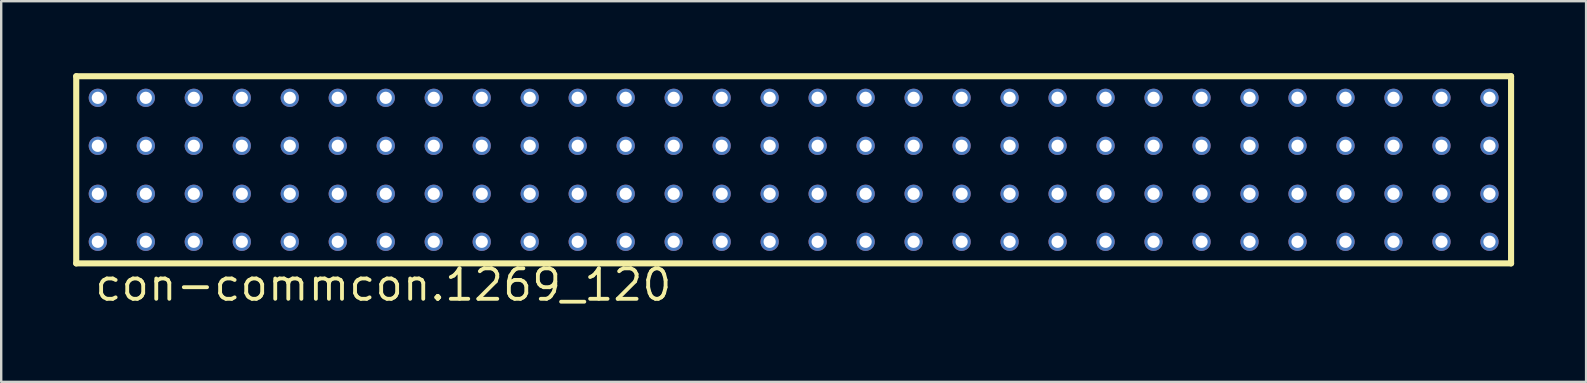
<source format=kicad_pcb>
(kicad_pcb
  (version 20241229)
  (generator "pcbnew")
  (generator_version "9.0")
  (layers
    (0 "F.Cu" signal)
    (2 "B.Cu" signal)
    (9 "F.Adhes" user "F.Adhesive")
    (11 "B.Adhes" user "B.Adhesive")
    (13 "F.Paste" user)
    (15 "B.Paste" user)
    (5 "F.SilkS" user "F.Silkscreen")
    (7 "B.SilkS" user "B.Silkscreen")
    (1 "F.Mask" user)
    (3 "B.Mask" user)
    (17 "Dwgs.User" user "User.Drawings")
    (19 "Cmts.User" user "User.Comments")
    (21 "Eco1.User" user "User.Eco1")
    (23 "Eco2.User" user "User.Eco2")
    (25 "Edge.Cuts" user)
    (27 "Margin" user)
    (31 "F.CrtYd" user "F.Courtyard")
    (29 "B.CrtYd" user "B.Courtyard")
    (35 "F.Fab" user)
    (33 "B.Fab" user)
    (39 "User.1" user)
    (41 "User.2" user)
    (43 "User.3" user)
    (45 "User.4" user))
  (footprint "con-commcon.1269_120"
    (layer "F.Cu")
    (at 30.027 4.027)
    (property "Reference" "con-commcon.1269_120" (at -29.21 5.54 0) (layer "F.SilkS") (effects (font (size 1.27 1.27) (thickness 0.16)) (justify left bottom)))
    (attr through_hole)
    (fp_line (start -29.9 -3.9) (end -29.9 3.9) (stroke (width 0.254) (type default)) (layer "F.SilkS"))
    (fp_line (start -29.9 3.9) (end 29.9 3.9) (stroke (width 0.254) (type default)) (layer "F.SilkS"))
    (fp_line (start 29.9 -3.9) (end -29.9 -3.9) (stroke (width 0.254) (type default)) (layer "F.SilkS"))
    (fp_line (start 29.9 3.9) (end 29.9 -3.9) (stroke (width 0.254) (type default)) (layer "F.SilkS"))
    (pad "A1" thru_hole circle (at -29 3) (size 0.762 0.762) (drill 0.508) (layers "*.Cu" "*.Mask"))
    (pad "A2" thru_hole circle (at -27 3) (size 0.762 0.762) (drill 0.508) (layers "*.Cu" "*.Mask"))
    (pad "A3" thru_hole circle (at -25 3) (size 0.762 0.762) (drill 0.508) (layers "*.Cu" "*.Mask"))
    (pad "A4" thru_hole circle (at -23 3) (size 0.762 0.762) (drill 0.508) (layers "*.Cu" "*.Mask"))
    (pad "A5" thru_hole circle (at -21 3) (size 0.762 0.762) (drill 0.508) (layers "*.Cu" "*.Mask"))
    (pad "A6" thru_hole circle (at -19 3) (size 0.762 0.762) (drill 0.508) (layers "*.Cu" "*.Mask"))
    (pad "A7" thru_hole circle (at -17 3) (size 0.762 0.762) (drill 0.508) (layers "*.Cu" "*.Mask"))
    (pad "A8" thru_hole circle (at -15 3) (size 0.762 0.762) (drill 0.508) (layers "*.Cu" "*.Mask"))
    (pad "A9" thru_hole circle (at -13 3) (size 0.762 0.762) (drill 0.508) (layers "*.Cu" "*.Mask"))
    (pad "A10" thru_hole circle (at -11 3) (size 0.762 0.762) (drill 0.508) (layers "*.Cu" "*.Mask"))
    (pad "A11" thru_hole circle (at -9 3) (size 0.762 0.762) (drill 0.508) (layers "*.Cu" "*.Mask"))
    (pad "A12" thru_hole circle (at -7 3) (size 0.762 0.762) (drill 0.508) (layers "*.Cu" "*.Mask"))
    (pad "A13" thru_hole circle (at -5 3) (size 0.762 0.762) (drill 0.508) (layers "*.Cu" "*.Mask"))
    (pad "A14" thru_hole circle (at -3 3) (size 0.762 0.762) (drill 0.508) (layers "*.Cu" "*.Mask"))
    (pad "A15" thru_hole circle (at -1 3) (size 0.762 0.762) (drill 0.508) (layers "*.Cu" "*.Mask"))
    (pad "A16" thru_hole circle (at 1 3) (size 0.762 0.762) (drill 0.508) (layers "*.Cu" "*.Mask"))
    (pad "A17" thru_hole circle (at 3 3) (size 0.762 0.762) (drill 0.508) (layers "*.Cu" "*.Mask"))
    (pad "A18" thru_hole circle (at 5 3) (size 0.762 0.762) (drill 0.508) (layers "*.Cu" "*.Mask"))
    (pad "A19" thru_hole circle (at 7 3) (size 0.762 0.762) (drill 0.508) (layers "*.Cu" "*.Mask"))
    (pad "A20" thru_hole circle (at 9 3) (size 0.762 0.762) (drill 0.508) (layers "*.Cu" "*.Mask"))
    (pad "A21" thru_hole circle (at 11 3) (size 0.762 0.762) (drill 0.508) (layers "*.Cu" "*.Mask"))
    (pad "A22" thru_hole circle (at 13 3) (size 0.762 0.762) (drill 0.508) (layers "*.Cu" "*.Mask"))
    (pad "A23" thru_hole circle (at 15 3) (size 0.762 0.762) (drill 0.508) (layers "*.Cu" "*.Mask"))
    (pad "A24" thru_hole circle (at 17 3) (size 0.762 0.762) (drill 0.508) (layers "*.Cu" "*.Mask"))
    (pad "A25" thru_hole circle (at 19 3) (size 0.762 0.762) (drill 0.508) (layers "*.Cu" "*.Mask"))
    (pad "A26" thru_hole circle (at 21 3) (size 0.762 0.762) (drill 0.508) (layers "*.Cu" "*.Mask"))
    (pad "A27" thru_hole circle (at 23 3) (size 0.762 0.762) (drill 0.508) (layers "*.Cu" "*.Mask"))
    (pad "A28" thru_hole circle (at 25 3) (size 0.762 0.762) (drill 0.508) (layers "*.Cu" "*.Mask"))
    (pad "A29" thru_hole circle (at 27 3) (size 0.762 0.762) (drill 0.508) (layers "*.Cu" "*.Mask"))
    (pad "A30" thru_hole circle (at 29 3) (size 0.762 0.762) (drill 0.508) (layers "*.Cu" "*.Mask"))
    (pad "B1" thru_hole circle (at -29 1) (size 0.762 0.762) (drill 0.508) (layers "*.Cu" "*.Mask"))
    (pad "B2" thru_hole circle (at -27 1) (size 0.762 0.762) (drill 0.508) (layers "*.Cu" "*.Mask"))
    (pad "B3" thru_hole circle (at -25 1) (size 0.762 0.762) (drill 0.508) (layers "*.Cu" "*.Mask"))
    (pad "B4" thru_hole circle (at -23 1) (size 0.762 0.762) (drill 0.508) (layers "*.Cu" "*.Mask"))
    (pad "B5" thru_hole circle (at -21 1) (size 0.762 0.762) (drill 0.508) (layers "*.Cu" "*.Mask"))
    (pad "B6" thru_hole circle (at -19 1) (size 0.762 0.762) (drill 0.508) (layers "*.Cu" "*.Mask"))
    (pad "B7" thru_hole circle (at -17 1) (size 0.762 0.762) (drill 0.508) (layers "*.Cu" "*.Mask"))
    (pad "B8" thru_hole circle (at -15 1) (size 0.762 0.762) (drill 0.508) (layers "*.Cu" "*.Mask"))
    (pad "B9" thru_hole circle (at -13 1) (size 0.762 0.762) (drill 0.508) (layers "*.Cu" "*.Mask"))
    (pad "B10" thru_hole circle (at -11 1) (size 0.762 0.762) (drill 0.508) (layers "*.Cu" "*.Mask"))
    (pad "B11" thru_hole circle (at -9 1) (size 0.762 0.762) (drill 0.508) (layers "*.Cu" "*.Mask"))
    (pad "B12" thru_hole circle (at -7 1) (size 0.762 0.762) (drill 0.508) (layers "*.Cu" "*.Mask"))
    (pad "B13" thru_hole circle (at -5 1) (size 0.762 0.762) (drill 0.508) (layers "*.Cu" "*.Mask"))
    (pad "B14" thru_hole circle (at -3 1) (size 0.762 0.762) (drill 0.508) (layers "*.Cu" "*.Mask"))
    (pad "B15" thru_hole circle (at -1 1) (size 0.762 0.762) (drill 0.508) (layers "*.Cu" "*.Mask"))
    (pad "B16" thru_hole circle (at 1 1) (size 0.762 0.762) (drill 0.508) (layers "*.Cu" "*.Mask"))
    (pad "B17" thru_hole circle (at 3 1) (size 0.762 0.762) (drill 0.508) (layers "*.Cu" "*.Mask"))
    (pad "B18" thru_hole circle (at 5 1) (size 0.762 0.762) (drill 0.508) (layers "*.Cu" "*.Mask"))
    (pad "B19" thru_hole circle (at 7 1) (size 0.762 0.762) (drill 0.508) (layers "*.Cu" "*.Mask"))
    (pad "B20" thru_hole circle (at 9 1) (size 0.762 0.762) (drill 0.508) (layers "*.Cu" "*.Mask"))
    (pad "B21" thru_hole circle (at 11 1) (size 0.762 0.762) (drill 0.508) (layers "*.Cu" "*.Mask"))
    (pad "B22" thru_hole circle (at 13 1) (size 0.762 0.762) (drill 0.508) (layers "*.Cu" "*.Mask"))
    (pad "B23" thru_hole circle (at 15 1) (size 0.762 0.762) (drill 0.508) (layers "*.Cu" "*.Mask"))
    (pad "B24" thru_hole circle (at 17 1) (size 0.762 0.762) (drill 0.508) (layers "*.Cu" "*.Mask"))
    (pad "B25" thru_hole circle (at 19 1) (size 0.762 0.762) (drill 0.508) (layers "*.Cu" "*.Mask"))
    (pad "B26" thru_hole circle (at 21 1) (size 0.762 0.762) (drill 0.508) (layers "*.Cu" "*.Mask"))
    (pad "B27" thru_hole circle (at 23 1) (size 0.762 0.762) (drill 0.508) (layers "*.Cu" "*.Mask"))
    (pad "B28" thru_hole circle (at 25 1) (size 0.762 0.762) (drill 0.508) (layers "*.Cu" "*.Mask"))
    (pad "B29" thru_hole circle (at 27 1) (size 0.762 0.762) (drill 0.508) (layers "*.Cu" "*.Mask"))
    (pad "B30" thru_hole circle (at 29 1) (size 0.762 0.762) (drill 0.508) (layers "*.Cu" "*.Mask"))
    (pad "C1" thru_hole circle (at -29 -1) (size 0.762 0.762) (drill 0.508) (layers "*.Cu" "*.Mask"))
    (pad "C2" thru_hole circle (at -27 -1) (size 0.762 0.762) (drill 0.508) (layers "*.Cu" "*.Mask"))
    (pad "C3" thru_hole circle (at -25 -1) (size 0.762 0.762) (drill 0.508) (layers "*.Cu" "*.Mask"))
    (pad "C4" thru_hole circle (at -23 -1) (size 0.762 0.762) (drill 0.508) (layers "*.Cu" "*.Mask"))
    (pad "C5" thru_hole circle (at -21 -1) (size 0.762 0.762) (drill 0.508) (layers "*.Cu" "*.Mask"))
    (pad "C6" thru_hole circle (at -19 -1) (size 0.762 0.762) (drill 0.508) (layers "*.Cu" "*.Mask"))
    (pad "C7" thru_hole circle (at -17 -1) (size 0.762 0.762) (drill 0.508) (layers "*.Cu" "*.Mask"))
    (pad "C8" thru_hole circle (at -15 -1) (size 0.762 0.762) (drill 0.508) (layers "*.Cu" "*.Mask"))
    (pad "C9" thru_hole circle (at -13 -1) (size 0.762 0.762) (drill 0.508) (layers "*.Cu" "*.Mask"))
    (pad "C10" thru_hole circle (at -11 -1) (size 0.762 0.762) (drill 0.508) (layers "*.Cu" "*.Mask"))
    (pad "C11" thru_hole circle (at -9 -1) (size 0.762 0.762) (drill 0.508) (layers "*.Cu" "*.Mask"))
    (pad "C12" thru_hole circle (at -7 -1) (size 0.762 0.762) (drill 0.508) (layers "*.Cu" "*.Mask"))
    (pad "C13" thru_hole circle (at -5 -1) (size 0.762 0.762) (drill 0.508) (layers "*.Cu" "*.Mask"))
    (pad "C14" thru_hole circle (at -3 -1) (size 0.762 0.762) (drill 0.508) (layers "*.Cu" "*.Mask"))
    (pad "C15" thru_hole circle (at -1 -1) (size 0.762 0.762) (drill 0.508) (layers "*.Cu" "*.Mask"))
    (pad "C16" thru_hole circle (at 1 -1) (size 0.762 0.762) (drill 0.508) (layers "*.Cu" "*.Mask"))
    (pad "C17" thru_hole circle (at 3 -1) (size 0.762 0.762) (drill 0.508) (layers "*.Cu" "*.Mask"))
    (pad "C18" thru_hole circle (at 5 -1) (size 0.762 0.762) (drill 0.508) (layers "*.Cu" "*.Mask"))
    (pad "C19" thru_hole circle (at 7 -1) (size 0.762 0.762) (drill 0.508) (layers "*.Cu" "*.Mask"))
    (pad "C20" thru_hole circle (at 9 -1) (size 0.762 0.762) (drill 0.508) (layers "*.Cu" "*.Mask"))
    (pad "C21" thru_hole circle (at 11 -1) (size 0.762 0.762) (drill 0.508) (layers "*.Cu" "*.Mask"))
    (pad "C22" thru_hole circle (at 13 -1) (size 0.762 0.762) (drill 0.508) (layers "*.Cu" "*.Mask"))
    (pad "C23" thru_hole circle (at 15 -1) (size 0.762 0.762) (drill 0.508) (layers "*.Cu" "*.Mask"))
    (pad "C24" thru_hole circle (at 17 -1) (size 0.762 0.762) (drill 0.508) (layers "*.Cu" "*.Mask"))
    (pad "C25" thru_hole circle (at 19 -1) (size 0.762 0.762) (drill 0.508) (layers "*.Cu" "*.Mask"))
    (pad "C26" thru_hole circle (at 21 -1) (size 0.762 0.762) (drill 0.508) (layers "*.Cu" "*.Mask"))
    (pad "C27" thru_hole circle (at 23 -1) (size 0.762 0.762) (drill 0.508) (layers "*.Cu" "*.Mask"))
    (pad "C28" thru_hole circle (at 25 -1) (size 0.762 0.762) (drill 0.508) (layers "*.Cu" "*.Mask"))
    (pad "C29" thru_hole circle (at 27 -1) (size 0.762 0.762) (drill 0.508) (layers "*.Cu" "*.Mask"))
    (pad "C30" thru_hole circle (at 29 -1) (size 0.762 0.762) (drill 0.508) (layers "*.Cu" "*.Mask"))
    (pad "D1" thru_hole circle (at -29 -3) (size 0.762 0.762) (drill 0.508) (layers "*.Cu" "*.Mask"))
    (pad "D2" thru_hole circle (at -27 -3) (size 0.762 0.762) (drill 0.508) (layers "*.Cu" "*.Mask"))
    (pad "D3" thru_hole circle (at -25 -3) (size 0.762 0.762) (drill 0.508) (layers "*.Cu" "*.Mask"))
    (pad "D4" thru_hole circle (at -23 -3) (size 0.762 0.762) (drill 0.508) (layers "*.Cu" "*.Mask"))
    (pad "D5" thru_hole circle (at -21 -3) (size 0.762 0.762) (drill 0.508) (layers "*.Cu" "*.Mask"))
    (pad "D6" thru_hole circle (at -19 -3) (size 0.762 0.762) (drill 0.508) (layers "*.Cu" "*.Mask"))
    (pad "D7" thru_hole circle (at -17 -3) (size 0.762 0.762) (drill 0.508) (layers "*.Cu" "*.Mask"))
    (pad "D8" thru_hole circle (at -15 -3) (size 0.762 0.762) (drill 0.508) (layers "*.Cu" "*.Mask"))
    (pad "D9" thru_hole circle (at -13 -3) (size 0.762 0.762) (drill 0.508) (layers "*.Cu" "*.Mask"))
    (pad "D10" thru_hole circle (at -11 -3) (size 0.762 0.762) (drill 0.508) (layers "*.Cu" "*.Mask"))
    (pad "D11" thru_hole circle (at -9 -3) (size 0.762 0.762) (drill 0.508) (layers "*.Cu" "*.Mask"))
    (pad "D12" thru_hole circle (at -7 -3) (size 0.762 0.762) (drill 0.508) (layers "*.Cu" "*.Mask"))
    (pad "D13" thru_hole circle (at -5 -3) (size 0.762 0.762) (drill 0.508) (layers "*.Cu" "*.Mask"))
    (pad "D14" thru_hole circle (at -3 -3) (size 0.762 0.762) (drill 0.508) (layers "*.Cu" "*.Mask"))
    (pad "D15" thru_hole circle (at -1 -3) (size 0.762 0.762) (drill 0.508) (layers "*.Cu" "*.Mask"))
    (pad "D16" thru_hole circle (at 1 -3) (size 0.762 0.762) (drill 0.508) (layers "*.Cu" "*.Mask"))
    (pad "D17" thru_hole circle (at 3 -3) (size 0.762 0.762) (drill 0.508) (layers "*.Cu" "*.Mask"))
    (pad "D18" thru_hole circle (at 5 -3) (size 0.762 0.762) (drill 0.508) (layers "*.Cu" "*.Mask"))
    (pad "D19" thru_hole circle (at 7 -3) (size 0.762 0.762) (drill 0.508) (layers "*.Cu" "*.Mask"))
    (pad "D20" thru_hole circle (at 9 -3) (size 0.762 0.762) (drill 0.508) (layers "*.Cu" "*.Mask"))
    (pad "D21" thru_hole circle (at 11 -3) (size 0.762 0.762) (drill 0.508) (layers "*.Cu" "*.Mask"))
    (pad "D22" thru_hole circle (at 13 -3) (size 0.762 0.762) (drill 0.508) (layers "*.Cu" "*.Mask"))
    (pad "D23" thru_hole circle (at 15 -3) (size 0.762 0.762) (drill 0.508) (layers "*.Cu" "*.Mask"))
    (pad "D24" thru_hole circle (at 17 -3) (size 0.762 0.762) (drill 0.508) (layers "*.Cu" "*.Mask"))
    (pad "D25" thru_hole circle (at 19 -3) (size 0.762 0.762) (drill 0.508) (layers "*.Cu" "*.Mask"))
    (pad "D26" thru_hole circle (at 21 -3) (size 0.762 0.762) (drill 0.508) (layers "*.Cu" "*.Mask"))
    (pad "D27" thru_hole circle (at 23 -3) (size 0.762 0.762) (drill 0.508) (layers "*.Cu" "*.Mask"))
    (pad "D28" thru_hole circle (at 25 -3) (size 0.762 0.762) (drill 0.508) (layers "*.Cu" "*.Mask"))
    (pad "D29" thru_hole circle (at 27 -3) (size 0.762 0.762) (drill 0.508) (layers "*.Cu" "*.Mask"))
    (pad "D30" thru_hole circle (at 29 -3) (size 0.762 0.762) (drill 0.508) (layers "*.Cu" "*.Mask")))
  (gr_rect
    (start -3 -3)
    (end 63.054 12.864)
    (stroke (width 0.1) (type default))
    (fill no)
    (layer "Edge.Cuts")))
</source>
